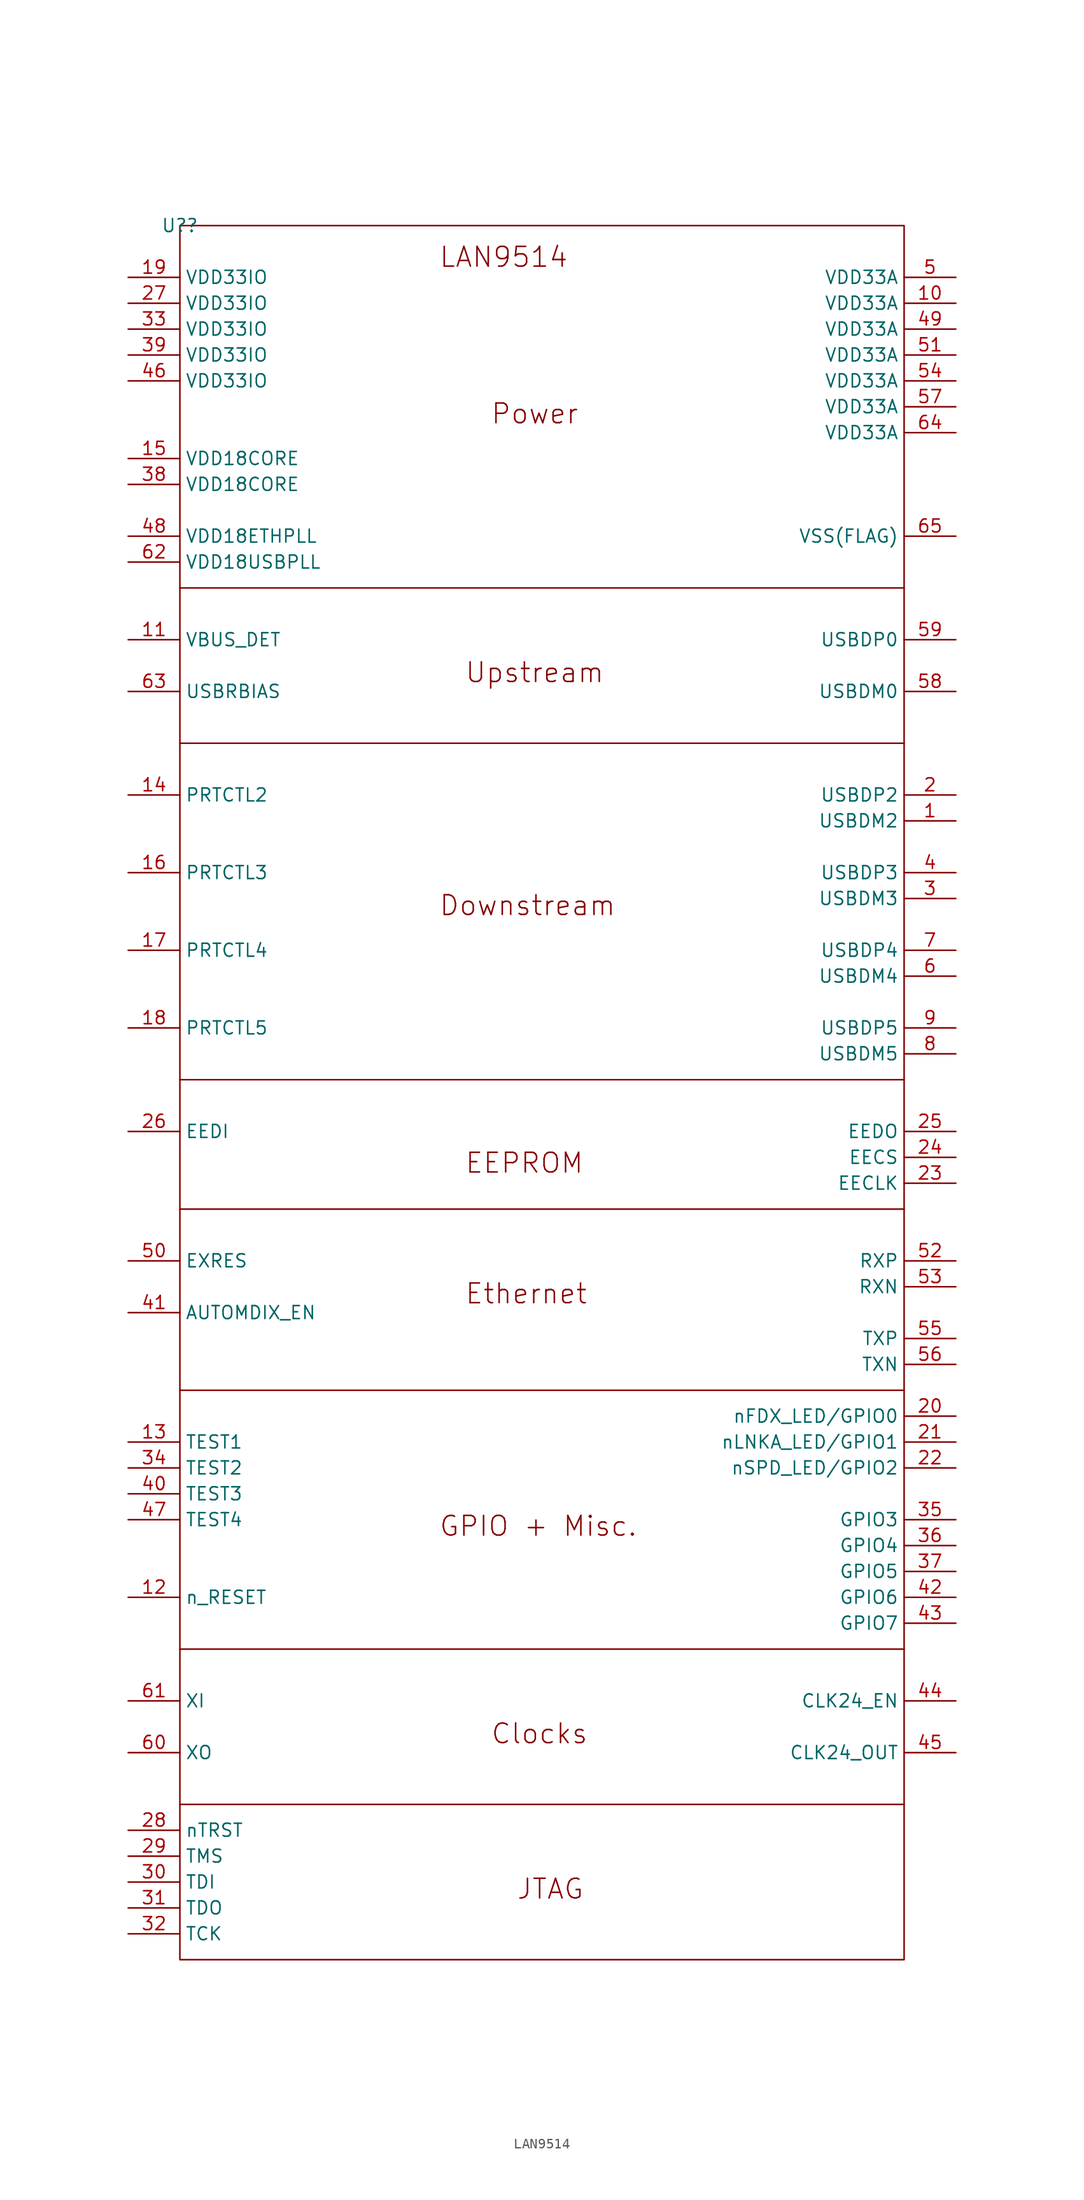
<source format=kicad_sym>
(kicad_symbol_lib
  (version 20231120)
  (generator "kicad_symbol_editor")
  (generator_version "8.0")
  (symbol "LAN9514"
    (property "Reference" "U?"
      (at 0 0 0)
      (effects (font (size 1.27 1.27))))
    (property "Value" ""
      (at 0 0 0)
      (effects (font (size 1.27 1.27))))
    (symbol "LAN9514_1_0"
      (rectangle (start 0 -170.18) (end 71.12 0) (stroke (width 0) (type default)) (fill (type none)))
      (polyline (pts (xy 71.12 -154.94) (xy 0 -154.94)) (stroke (width 0) (type default)) (fill (type none)))
      (polyline (pts (xy 71.12 -139.7) (xy 0 -139.7)) (stroke (width 0) (type default)) (fill (type none)))
      (polyline (pts (xy 71.12 -114.3) (xy 0 -114.3)) (stroke (width 0) (type default)) (fill (type none)))
      (polyline (pts (xy 71.12 -96.52) (xy 0 -96.52)) (stroke (width 0) (type default)) (fill (type none)))
      (polyline (pts (xy 71.12 -83.82) (xy 0 -83.82)) (stroke (width 0) (type default)) (fill (type none)))
      (polyline (pts (xy 71.12 -50.8) (xy 0 -50.8)) (stroke (width 0) (type default)) (fill (type none)))
      (polyline (pts (xy 71.12 -35.56) (xy 0 -35.56)) (stroke (width 0) (type default)) (fill (type none)))
      (text "Clocks" (at 30.48 -149.123 0) (effects (font (size 1.93 1.93)) (justify left bottom)))
      (text "Downstream" (at 25.4 -67.843 0) (effects (font (size 1.93 1.93)) (justify left bottom)))
      (text "EEPROM" (at 27.94 -93.116 0) (effects (font (size 1.93 1.93)) (justify left bottom)))
      (text "Ethernet" (at 27.94 -105.943 0) (effects (font (size 1.93 1.93)) (justify left bottom)))
      (text "GPIO + Misc." (at 25.4 -128.753 0) (effects (font (size 1.93 1.93)) (justify left bottom)))
      (text "JTAG" (at 33.02 -164.363 0) (effects (font (size 1.93 1.93)) (justify left bottom)))
      (text "LAN9514" (at 25.4 -4.216 0) (effects (font (size 1.93 1.93)) (justify left bottom)))
      (text "Power" (at 30.48 -19.583 0) (effects (font (size 1.93 1.93)) (justify left bottom)))
      (text "Upstream" (at 27.94 -44.983 0) (effects (font (size 1.93 1.93)) (justify left bottom)))
      (pin unspecified line (at 76.2 -58.42 180) (length 5.08) (name "USBDM2" (effects (font (size 1.27 1.27)))) (number "1" (effects (font (size 1.27 1.27)))))
      (pin unspecified line (at 76.2 -7.62 180) (length 5.08) (name "VDD33A" (effects (font (size 1.27 1.27)))) (number "10" (effects (font (size 1.27 1.27)))))
      (pin unspecified line (at -5.08 -40.64 0) (length 5.08) (name "VBUS_DET" (effects (font (size 1.27 1.27)))) (number "11" (effects (font (size 1.27 1.27)))))
      (pin unspecified line (at -5.08 -134.62 0) (length 5.08) (name "n_RESET" (effects (font (size 1.27 1.27)))) (number "12" (effects (font (size 1.27 1.27)))))
      (pin unspecified line (at -5.08 -119.38 0) (length 5.08) (name "TEST1" (effects (font (size 1.27 1.27)))) (number "13" (effects (font (size 1.27 1.27)))))
      (pin unspecified line (at -5.08 -55.88 0) (length 5.08) (name "PRTCTL2" (effects (font (size 1.27 1.27)))) (number "14" (effects (font (size 1.27 1.27)))))
      (pin unspecified line (at -5.08 -22.86 0) (length 5.08) (name "VDD18CORE" (effects (font (size 1.27 1.27)))) (number "15" (effects (font (size 1.27 1.27)))))
      (pin unspecified line (at -5.08 -63.5 0) (length 5.08) (name "PRTCTL3" (effects (font (size 1.27 1.27)))) (number "16" (effects (font (size 1.27 1.27)))))
      (pin unspecified line (at -5.08 -71.12 0) (length 5.08) (name "PRTCTL4" (effects (font (size 1.27 1.27)))) (number "17" (effects (font (size 1.27 1.27)))))
      (pin unspecified line (at -5.08 -78.74 0) (length 5.08) (name "PRTCTL5" (effects (font (size 1.27 1.27)))) (number "18" (effects (font (size 1.27 1.27)))))
      (pin unspecified line (at -5.08 -5.08 0) (length 5.08) (name "VDD33IO" (effects (font (size 1.27 1.27)))) (number "19" (effects (font (size 1.27 1.27)))))
      (pin unspecified line (at 76.2 -55.88 180) (length 5.08) (name "USBDP2" (effects (font (size 1.27 1.27)))) (number "2" (effects (font (size 1.27 1.27)))))
      (pin unspecified line (at 76.2 -116.84 180) (length 5.08) (name "nFDX_LED/GPIO0" (effects (font (size 1.27 1.27)))) (number "20" (effects (font (size 1.27 1.27)))))
      (pin unspecified line (at 76.2 -119.38 180) (length 5.08) (name "nLNKA_LED/GPIO1" (effects (font (size 1.27 1.27)))) (number "21" (effects (font (size 1.27 1.27)))))
      (pin unspecified line (at 76.2 -121.92 180) (length 5.08) (name "nSPD_LED/GPIO2" (effects (font (size 1.27 1.27)))) (number "22" (effects (font (size 1.27 1.27)))))
      (pin unspecified line (at 76.2 -93.98 180) (length 5.08) (name "EECLK" (effects (font (size 1.27 1.27)))) (number "23" (effects (font (size 1.27 1.27)))))
      (pin unspecified line (at 76.2 -91.44 180) (length 5.08) (name "EECS" (effects (font (size 1.27 1.27)))) (number "24" (effects (font (size 1.27 1.27)))))
      (pin unspecified line (at 76.2 -88.9 180) (length 5.08) (name "EEDO" (effects (font (size 1.27 1.27)))) (number "25" (effects (font (size 1.27 1.27)))))
      (pin unspecified line (at -5.08 -88.9 0) (length 5.08) (name "EEDI" (effects (font (size 1.27 1.27)))) (number "26" (effects (font (size 1.27 1.27)))))
      (pin unspecified line (at -5.08 -7.62 0) (length 5.08) (name "VDD33IO" (effects (font (size 1.27 1.27)))) (number "27" (effects (font (size 1.27 1.27)))))
      (pin unspecified line (at -5.08 -157.48 0) (length 5.08) (name "nTRST" (effects (font (size 1.27 1.27)))) (number "28" (effects (font (size 1.27 1.27)))))
      (pin unspecified line (at -5.08 -160.02 0) (length 5.08) (name "TMS" (effects (font (size 1.27 1.27)))) (number "29" (effects (font (size 1.27 1.27)))))
      (pin unspecified line (at 76.2 -66.04 180) (length 5.08) (name "USBDM3" (effects (font (size 1.27 1.27)))) (number "3" (effects (font (size 1.27 1.27)))))
      (pin unspecified line (at -5.08 -162.56 0) (length 5.08) (name "TDI" (effects (font (size 1.27 1.27)))) (number "30" (effects (font (size 1.27 1.27)))))
      (pin unspecified line (at -5.08 -165.1 0) (length 5.08) (name "TDO" (effects (font (size 1.27 1.27)))) (number "31" (effects (font (size 1.27 1.27)))))
      (pin unspecified line (at -5.08 -167.64 0) (length 5.08) (name "TCK" (effects (font (size 1.27 1.27)))) (number "32" (effects (font (size 1.27 1.27)))))
      (pin unspecified line (at -5.08 -10.16 0) (length 5.08) (name "VDD33IO" (effects (font (size 1.27 1.27)))) (number "33" (effects (font (size 1.27 1.27)))))
      (pin unspecified line (at -5.08 -121.92 0) (length 5.08) (name "TEST2" (effects (font (size 1.27 1.27)))) (number "34" (effects (font (size 1.27 1.27)))))
      (pin unspecified line (at 76.2 -127 180) (length 5.08) (name "GPIO3" (effects (font (size 1.27 1.27)))) (number "35" (effects (font (size 1.27 1.27)))))
      (pin unspecified line (at 76.2 -129.54 180) (length 5.08) (name "GPIO4" (effects (font (size 1.27 1.27)))) (number "36" (effects (font (size 1.27 1.27)))))
      (pin unspecified line (at 76.2 -132.08 180) (length 5.08) (name "GPIO5" (effects (font (size 1.27 1.27)))) (number "37" (effects (font (size 1.27 1.27)))))
      (pin unspecified line (at -5.08 -25.4 0) (length 5.08) (name "VDD18CORE" (effects (font (size 1.27 1.27)))) (number "38" (effects (font (size 1.27 1.27)))))
      (pin unspecified line (at -5.08 -12.7 0) (length 5.08) (name "VDD33IO" (effects (font (size 1.27 1.27)))) (number "39" (effects (font (size 1.27 1.27)))))
      (pin unspecified line (at 76.2 -63.5 180) (length 5.08) (name "USBDP3" (effects (font (size 1.27 1.27)))) (number "4" (effects (font (size 1.27 1.27)))))
      (pin unspecified line (at -5.08 -124.46 0) (length 5.08) (name "TEST3" (effects (font (size 1.27 1.27)))) (number "40" (effects (font (size 1.27 1.27)))))
      (pin unspecified line (at -5.08 -106.68 0) (length 5.08) (name "AUTOMDIX_EN" (effects (font (size 1.27 1.27)))) (number "41" (effects (font (size 1.27 1.27)))))
      (pin unspecified line (at 76.2 -134.62 180) (length 5.08) (name "GPIO6" (effects (font (size 1.27 1.27)))) (number "42" (effects (font (size 1.27 1.27)))))
      (pin unspecified line (at 76.2 -137.16 180) (length 5.08) (name "GPIO7" (effects (font (size 1.27 1.27)))) (number "43" (effects (font (size 1.27 1.27)))))
      (pin unspecified line (at 76.2 -144.78 180) (length 5.08) (name "CLK24_EN" (effects (font (size 1.27 1.27)))) (number "44" (effects (font (size 1.27 1.27)))))
      (pin unspecified line (at 76.2 -149.86 180) (length 5.08) (name "CLK24_OUT" (effects (font (size 1.27 1.27)))) (number "45" (effects (font (size 1.27 1.27)))))
      (pin unspecified line (at -5.08 -15.24 0) (length 5.08) (name "VDD33IO" (effects (font (size 1.27 1.27)))) (number "46" (effects (font (size 1.27 1.27)))))
      (pin unspecified line (at -5.08 -127 0) (length 5.08) (name "TEST4" (effects (font (size 1.27 1.27)))) (number "47" (effects (font (size 1.27 1.27)))))
      (pin unspecified line (at -5.08 -30.48 0) (length 5.08) (name "VDD18ETHPLL" (effects (font (size 1.27 1.27)))) (number "48" (effects (font (size 1.27 1.27)))))
      (pin unspecified line (at 76.2 -10.16 180) (length 5.08) (name "VDD33A" (effects (font (size 1.27 1.27)))) (number "49" (effects (font (size 1.27 1.27)))))
      (pin unspecified line (at 76.2 -5.08 180) (length 5.08) (name "VDD33A" (effects (font (size 1.27 1.27)))) (number "5" (effects (font (size 1.27 1.27)))))
      (pin unspecified line (at -5.08 -101.6 0) (length 5.08) (name "EXRES" (effects (font (size 1.27 1.27)))) (number "50" (effects (font (size 1.27 1.27)))))
      (pin unspecified line (at 76.2 -12.7 180) (length 5.08) (name "VDD33A" (effects (font (size 1.27 1.27)))) (number "51" (effects (font (size 1.27 1.27)))))
      (pin unspecified line (at 76.2 -101.6 180) (length 5.08) (name "RXP" (effects (font (size 1.27 1.27)))) (number "52" (effects (font (size 1.27 1.27)))))
      (pin unspecified line (at 76.2 -104.14 180) (length 5.08) (name "RXN" (effects (font (size 1.27 1.27)))) (number "53" (effects (font (size 1.27 1.27)))))
      (pin unspecified line (at 76.2 -15.24 180) (length 5.08) (name "VDD33A" (effects (font (size 1.27 1.27)))) (number "54" (effects (font (size 1.27 1.27)))))
      (pin unspecified line (at 76.2 -109.22 180) (length 5.08) (name "TXP" (effects (font (size 1.27 1.27)))) (number "55" (effects (font (size 1.27 1.27)))))
      (pin unspecified line (at 76.2 -111.76 180) (length 5.08) (name "TXN" (effects (font (size 1.27 1.27)))) (number "56" (effects (font (size 1.27 1.27)))))
      (pin unspecified line (at 76.2 -17.78 180) (length 5.08) (name "VDD33A" (effects (font (size 1.27 1.27)))) (number "57" (effects (font (size 1.27 1.27)))))
      (pin unspecified line (at 76.2 -45.72 180) (length 5.08) (name "USBDM0" (effects (font (size 1.27 1.27)))) (number "58" (effects (font (size 1.27 1.27)))))
      (pin unspecified line (at 76.2 -40.64 180) (length 5.08) (name "USBDP0" (effects (font (size 1.27 1.27)))) (number "59" (effects (font (size 1.27 1.27)))))
      (pin unspecified line (at 76.2 -73.66 180) (length 5.08) (name "USBDM4" (effects (font (size 1.27 1.27)))) (number "6" (effects (font (size 1.27 1.27)))))
      (pin unspecified line (at -5.08 -149.86 0) (length 5.08) (name "XO" (effects (font (size 1.27 1.27)))) (number "60" (effects (font (size 1.27 1.27)))))
      (pin unspecified line (at -5.08 -144.78 0) (length 5.08) (name "XI" (effects (font (size 1.27 1.27)))) (number "61" (effects (font (size 1.27 1.27)))))
      (pin unspecified line (at -5.08 -33.02 0) (length 5.08) (name "VDD18USBPLL" (effects (font (size 1.27 1.27)))) (number "62" (effects (font (size 1.27 1.27)))))
      (pin unspecified line (at -5.08 -45.72 0) (length 5.08) (name "USBRBIAS" (effects (font (size 1.27 1.27)))) (number "63" (effects (font (size 1.27 1.27)))))
      (pin unspecified line (at 76.2 -20.32 180) (length 5.08) (name "VDD33A" (effects (font (size 1.27 1.27)))) (number "64" (effects (font (size 1.27 1.27)))))
      (pin unspecified line (at 76.2 -30.48 180) (length 5.08) (name "VSS(FLAG)" (effects (font (size 1.27 1.27)))) (number "65" (effects (font (size 1.27 1.27)))))
      (pin unspecified line (at 76.2 -71.12 180) (length 5.08) (name "USBDP4" (effects (font (size 1.27 1.27)))) (number "7" (effects (font (size 1.27 1.27)))))
      (pin unspecified line (at 76.2 -81.28 180) (length 5.08) (name "USBDM5" (effects (font (size 1.27 1.27)))) (number "8" (effects (font (size 1.27 1.27)))))
      (pin unspecified line (at 76.2 -78.74 180) (length 5.08) (name "USBDP5" (effects (font (size 1.27 1.27)))) (number "9" (effects (font (size 1.27 1.27))))))))
</source>
